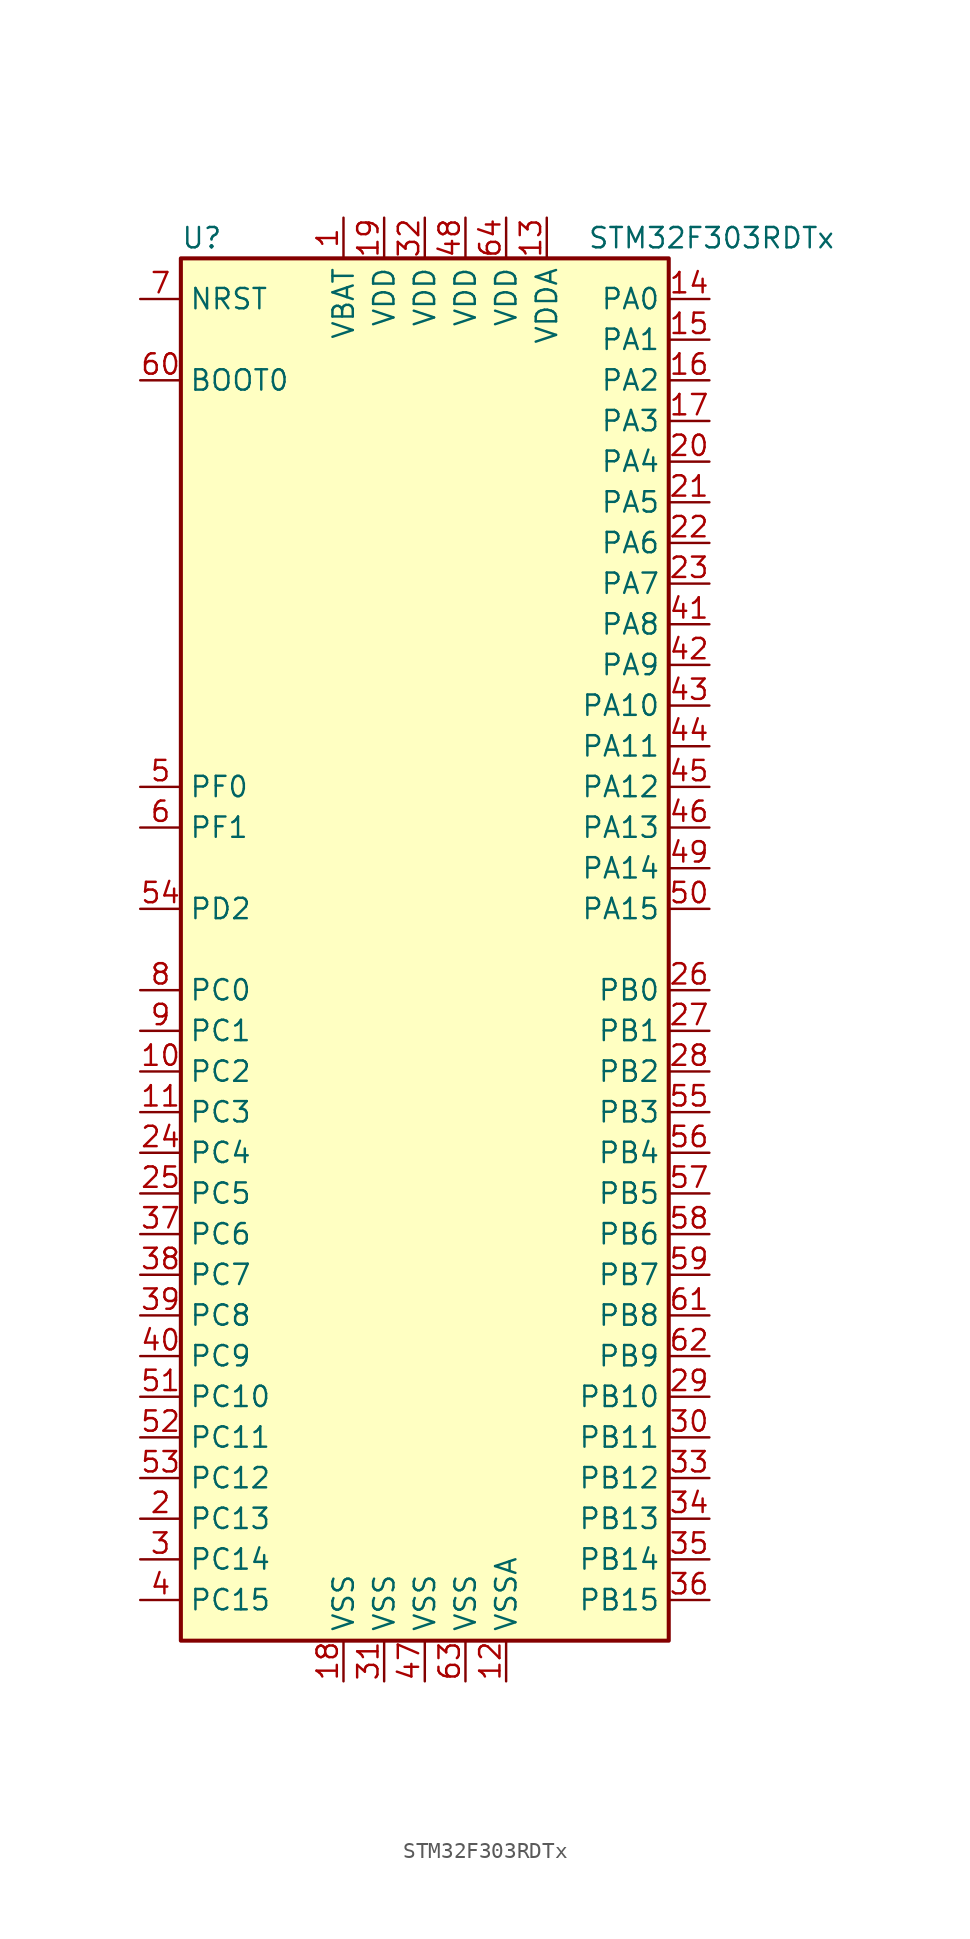
<source format=kicad_sym>
(kicad_symbol_lib
  (version 20201005)
  (generator kicad_symbol_editor)
  (symbol "MCU_ST_STM32F3:STM32F303RDTx"
    (property "Reference" "U"
      (at -15.24 44.45 0)
      (effects (font (size 1.27 1.27)) (justify left)))
    (property "Value" "STM32F303RDTx"
      (at 10.16 44.45 0)
      (effects (font (size 1.27 1.27)) (justify left)))
    (symbol "STM32F303RDTx_0_1"
      (rectangle (start -15.24 -43.18) (end 15.24 43.18) (stroke (width 0.254)) (fill (type background))))
    (symbol "STM32F303RDTx_1_1"
      (pin input line (at -17.78 35.56 0) (length 2.54) (name "BOOT0" (effects (font (size 1.27 1.27)))) (number "60" (effects (font (size 1.27 1.27)))))
      (pin input line (at -17.78 40.64 0) (length 2.54) (name "NRST" (effects (font (size 1.27 1.27)))) (number "7" (effects (font (size 1.27 1.27)))))
      (pin bidirectional line (at 17.78 40.64 180) (length 2.54) (name "PA0" (effects (font (size 1.27 1.27)))) (number "14" (effects (font (size 1.27 1.27)))))
      (pin bidirectional line (at 17.78 38.1 180) (length 2.54) (name "PA1" (effects (font (size 1.27 1.27)))) (number "15" (effects (font (size 1.27 1.27)))))
      (pin bidirectional line (at 17.78 15.24 180) (length 2.54) (name "PA10" (effects (font (size 1.27 1.27)))) (number "43" (effects (font (size 1.27 1.27)))))
      (pin bidirectional line (at 17.78 12.7 180) (length 2.54) (name "PA11" (effects (font (size 1.27 1.27)))) (number "44" (effects (font (size 1.27 1.27)))))
      (pin bidirectional line (at 17.78 10.16 180) (length 2.54) (name "PA12" (effects (font (size 1.27 1.27)))) (number "45" (effects (font (size 1.27 1.27)))))
      (pin bidirectional line (at 17.78 7.62 180) (length 2.54) (name "PA13" (effects (font (size 1.27 1.27)))) (number "46" (effects (font (size 1.27 1.27)))))
      (pin bidirectional line (at 17.78 5.08 180) (length 2.54) (name "PA14" (effects (font (size 1.27 1.27)))) (number "49" (effects (font (size 1.27 1.27)))))
      (pin bidirectional line (at 17.78 2.54 180) (length 2.54) (name "PA15" (effects (font (size 1.27 1.27)))) (number "50" (effects (font (size 1.27 1.27)))))
      (pin bidirectional line (at 17.78 35.56 180) (length 2.54) (name "PA2" (effects (font (size 1.27 1.27)))) (number "16" (effects (font (size 1.27 1.27)))))
      (pin bidirectional line (at 17.78 33.02 180) (length 2.54) (name "PA3" (effects (font (size 1.27 1.27)))) (number "17" (effects (font (size 1.27 1.27)))))
      (pin bidirectional line (at 17.78 30.48 180) (length 2.54) (name "PA4" (effects (font (size 1.27 1.27)))) (number "20" (effects (font (size 1.27 1.27)))))
      (pin bidirectional line (at 17.78 27.94 180) (length 2.54) (name "PA5" (effects (font (size 1.27 1.27)))) (number "21" (effects (font (size 1.27 1.27)))))
      (pin bidirectional line (at 17.78 25.4 180) (length 2.54) (name "PA6" (effects (font (size 1.27 1.27)))) (number "22" (effects (font (size 1.27 1.27)))))
      (pin bidirectional line (at 17.78 22.86 180) (length 2.54) (name "PA7" (effects (font (size 1.27 1.27)))) (number "23" (effects (font (size 1.27 1.27)))))
      (pin bidirectional line (at 17.78 20.32 180) (length 2.54) (name "PA8" (effects (font (size 1.27 1.27)))) (number "41" (effects (font (size 1.27 1.27)))))
      (pin bidirectional line (at 17.78 17.78 180) (length 2.54) (name "PA9" (effects (font (size 1.27 1.27)))) (number "42" (effects (font (size 1.27 1.27)))))
      (pin bidirectional line (at 17.78 -2.54 180) (length 2.54) (name "PB0" (effects (font (size 1.27 1.27)))) (number "26" (effects (font (size 1.27 1.27)))))
      (pin bidirectional line (at 17.78 -5.08 180) (length 2.54) (name "PB1" (effects (font (size 1.27 1.27)))) (number "27" (effects (font (size 1.27 1.27)))))
      (pin bidirectional line (at 17.78 -27.94 180) (length 2.54) (name "PB10" (effects (font (size 1.27 1.27)))) (number "29" (effects (font (size 1.27 1.27)))))
      (pin bidirectional line (at 17.78 -30.48 180) (length 2.54) (name "PB11" (effects (font (size 1.27 1.27)))) (number "30" (effects (font (size 1.27 1.27)))))
      (pin bidirectional line (at 17.78 -33.02 180) (length 2.54) (name "PB12" (effects (font (size 1.27 1.27)))) (number "33" (effects (font (size 1.27 1.27)))))
      (pin bidirectional line (at 17.78 -35.56 180) (length 2.54) (name "PB13" (effects (font (size 1.27 1.27)))) (number "34" (effects (font (size 1.27 1.27)))))
      (pin bidirectional line (at 17.78 -38.1 180) (length 2.54) (name "PB14" (effects (font (size 1.27 1.27)))) (number "35" (effects (font (size 1.27 1.27)))))
      (pin bidirectional line (at 17.78 -40.64 180) (length 2.54) (name "PB15" (effects (font (size 1.27 1.27)))) (number "36" (effects (font (size 1.27 1.27)))))
      (pin bidirectional line (at 17.78 -7.62 180) (length 2.54) (name "PB2" (effects (font (size 1.27 1.27)))) (number "28" (effects (font (size 1.27 1.27)))))
      (pin bidirectional line (at 17.78 -10.16 180) (length 2.54) (name "PB3" (effects (font (size 1.27 1.27)))) (number "55" (effects (font (size 1.27 1.27)))))
      (pin bidirectional line (at 17.78 -12.7 180) (length 2.54) (name "PB4" (effects (font (size 1.27 1.27)))) (number "56" (effects (font (size 1.27 1.27)))))
      (pin bidirectional line (at 17.78 -15.24 180) (length 2.54) (name "PB5" (effects (font (size 1.27 1.27)))) (number "57" (effects (font (size 1.27 1.27)))))
      (pin bidirectional line (at 17.78 -17.78 180) (length 2.54) (name "PB6" (effects (font (size 1.27 1.27)))) (number "58" (effects (font (size 1.27 1.27)))))
      (pin bidirectional line (at 17.78 -20.32 180) (length 2.54) (name "PB7" (effects (font (size 1.27 1.27)))) (number "59" (effects (font (size 1.27 1.27)))))
      (pin bidirectional line (at 17.78 -22.86 180) (length 2.54) (name "PB8" (effects (font (size 1.27 1.27)))) (number "61" (effects (font (size 1.27 1.27)))))
      (pin bidirectional line (at 17.78 -25.4 180) (length 2.54) (name "PB9" (effects (font (size 1.27 1.27)))) (number "62" (effects (font (size 1.27 1.27)))))
      (pin bidirectional line (at -17.78 -2.54 0) (length 2.54) (name "PC0" (effects (font (size 1.27 1.27)))) (number "8" (effects (font (size 1.27 1.27)))))
      (pin bidirectional line (at -17.78 -5.08 0) (length 2.54) (name "PC1" (effects (font (size 1.27 1.27)))) (number "9" (effects (font (size 1.27 1.27)))))
      (pin bidirectional line (at -17.78 -27.94 0) (length 2.54) (name "PC10" (effects (font (size 1.27 1.27)))) (number "51" (effects (font (size 1.27 1.27)))))
      (pin bidirectional line (at -17.78 -30.48 0) (length 2.54) (name "PC11" (effects (font (size 1.27 1.27)))) (number "52" (effects (font (size 1.27 1.27)))))
      (pin bidirectional line (at -17.78 -33.02 0) (length 2.54) (name "PC12" (effects (font (size 1.27 1.27)))) (number "53" (effects (font (size 1.27 1.27)))))
      (pin bidirectional line (at -17.78 -35.56 0) (length 2.54) (name "PC13" (effects (font (size 1.27 1.27)))) (number "2" (effects (font (size 1.27 1.27)))))
      (pin bidirectional line (at -17.78 -38.1 0) (length 2.54) (name "PC14" (effects (font (size 1.27 1.27)))) (number "3" (effects (font (size 1.27 1.27)))))
      (pin bidirectional line (at -17.78 -40.64 0) (length 2.54) (name "PC15" (effects (font (size 1.27 1.27)))) (number "4" (effects (font (size 1.27 1.27)))))
      (pin bidirectional line (at -17.78 -7.62 0) (length 2.54) (name "PC2" (effects (font (size 1.27 1.27)))) (number "10" (effects (font (size 1.27 1.27)))))
      (pin bidirectional line (at -17.78 -10.16 0) (length 2.54) (name "PC3" (effects (font (size 1.27 1.27)))) (number "11" (effects (font (size 1.27 1.27)))))
      (pin bidirectional line (at -17.78 -12.7 0) (length 2.54) (name "PC4" (effects (font (size 1.27 1.27)))) (number "24" (effects (font (size 1.27 1.27)))))
      (pin bidirectional line (at -17.78 -15.24 0) (length 2.54) (name "PC5" (effects (font (size 1.27 1.27)))) (number "25" (effects (font (size 1.27 1.27)))))
      (pin bidirectional line (at -17.78 -17.78 0) (length 2.54) (name "PC6" (effects (font (size 1.27 1.27)))) (number "37" (effects (font (size 1.27 1.27)))))
      (pin bidirectional line (at -17.78 -20.32 0) (length 2.54) (name "PC7" (effects (font (size 1.27 1.27)))) (number "38" (effects (font (size 1.27 1.27)))))
      (pin bidirectional line (at -17.78 -22.86 0) (length 2.54) (name "PC8" (effects (font (size 1.27 1.27)))) (number "39" (effects (font (size 1.27 1.27)))))
      (pin bidirectional line (at -17.78 -25.4 0) (length 2.54) (name "PC9" (effects (font (size 1.27 1.27)))) (number "40" (effects (font (size 1.27 1.27)))))
      (pin bidirectional line (at -17.78 2.54 0) (length 2.54) (name "PD2" (effects (font (size 1.27 1.27)))) (number "54" (effects (font (size 1.27 1.27)))))
      (pin input line (at -17.78 10.16 0) (length 2.54) (name "PF0" (effects (font (size 1.27 1.27)))) (number "5" (effects (font (size 1.27 1.27)))))
      (pin input line (at -17.78 7.62 0) (length 2.54) (name "PF1" (effects (font (size 1.27 1.27)))) (number "6" (effects (font (size 1.27 1.27)))))
      (pin power_in line (at -5.08 45.72 270) (length 2.54) (name "VBAT" (effects (font (size 1.27 1.27)))) (number "1" (effects (font (size 1.27 1.27)))))
      (pin power_in line (at -2.54 45.72 270) (length 2.54) (name "VDD" (effects (font (size 1.27 1.27)))) (number "19" (effects (font (size 1.27 1.27)))))
      (pin power_in line (at 0 45.72 270) (length 2.54) (name "VDD" (effects (font (size 1.27 1.27)))) (number "32" (effects (font (size 1.27 1.27)))))
      (pin power_in line (at 2.54 45.72 270) (length 2.54) (name "VDD" (effects (font (size 1.27 1.27)))) (number "48" (effects (font (size 1.27 1.27)))))
      (pin power_in line (at 5.08 45.72 270) (length 2.54) (name "VDD" (effects (font (size 1.27 1.27)))) (number "64" (effects (font (size 1.27 1.27)))))
      (pin power_in line (at 7.62 45.72 270) (length 2.54) (name "VDDA" (effects (font (size 1.27 1.27)))) (number "13" (effects (font (size 1.27 1.27)))))
      (pin power_in line (at -5.08 -45.72 90) (length 2.54) (name "VSS" (effects (font (size 1.27 1.27)))) (number "18" (effects (font (size 1.27 1.27)))))
      (pin power_in line (at -2.54 -45.72 90) (length 2.54) (name "VSS" (effects (font (size 1.27 1.27)))) (number "31" (effects (font (size 1.27 1.27)))))
      (pin power_in line (at 0 -45.72 90) (length 2.54) (name "VSS" (effects (font (size 1.27 1.27)))) (number "47" (effects (font (size 1.27 1.27)))))
      (pin power_in line (at 2.54 -45.72 90) (length 2.54) (name "VSS" (effects (font (size 1.27 1.27)))) (number "63" (effects (font (size 1.27 1.27)))))
      (pin power_in line (at 5.08 -45.72 90) (length 2.54) (name "VSSA" (effects (font (size 1.27 1.27)))) (number "12" (effects (font (size 1.27 1.27))))))))
</source>
